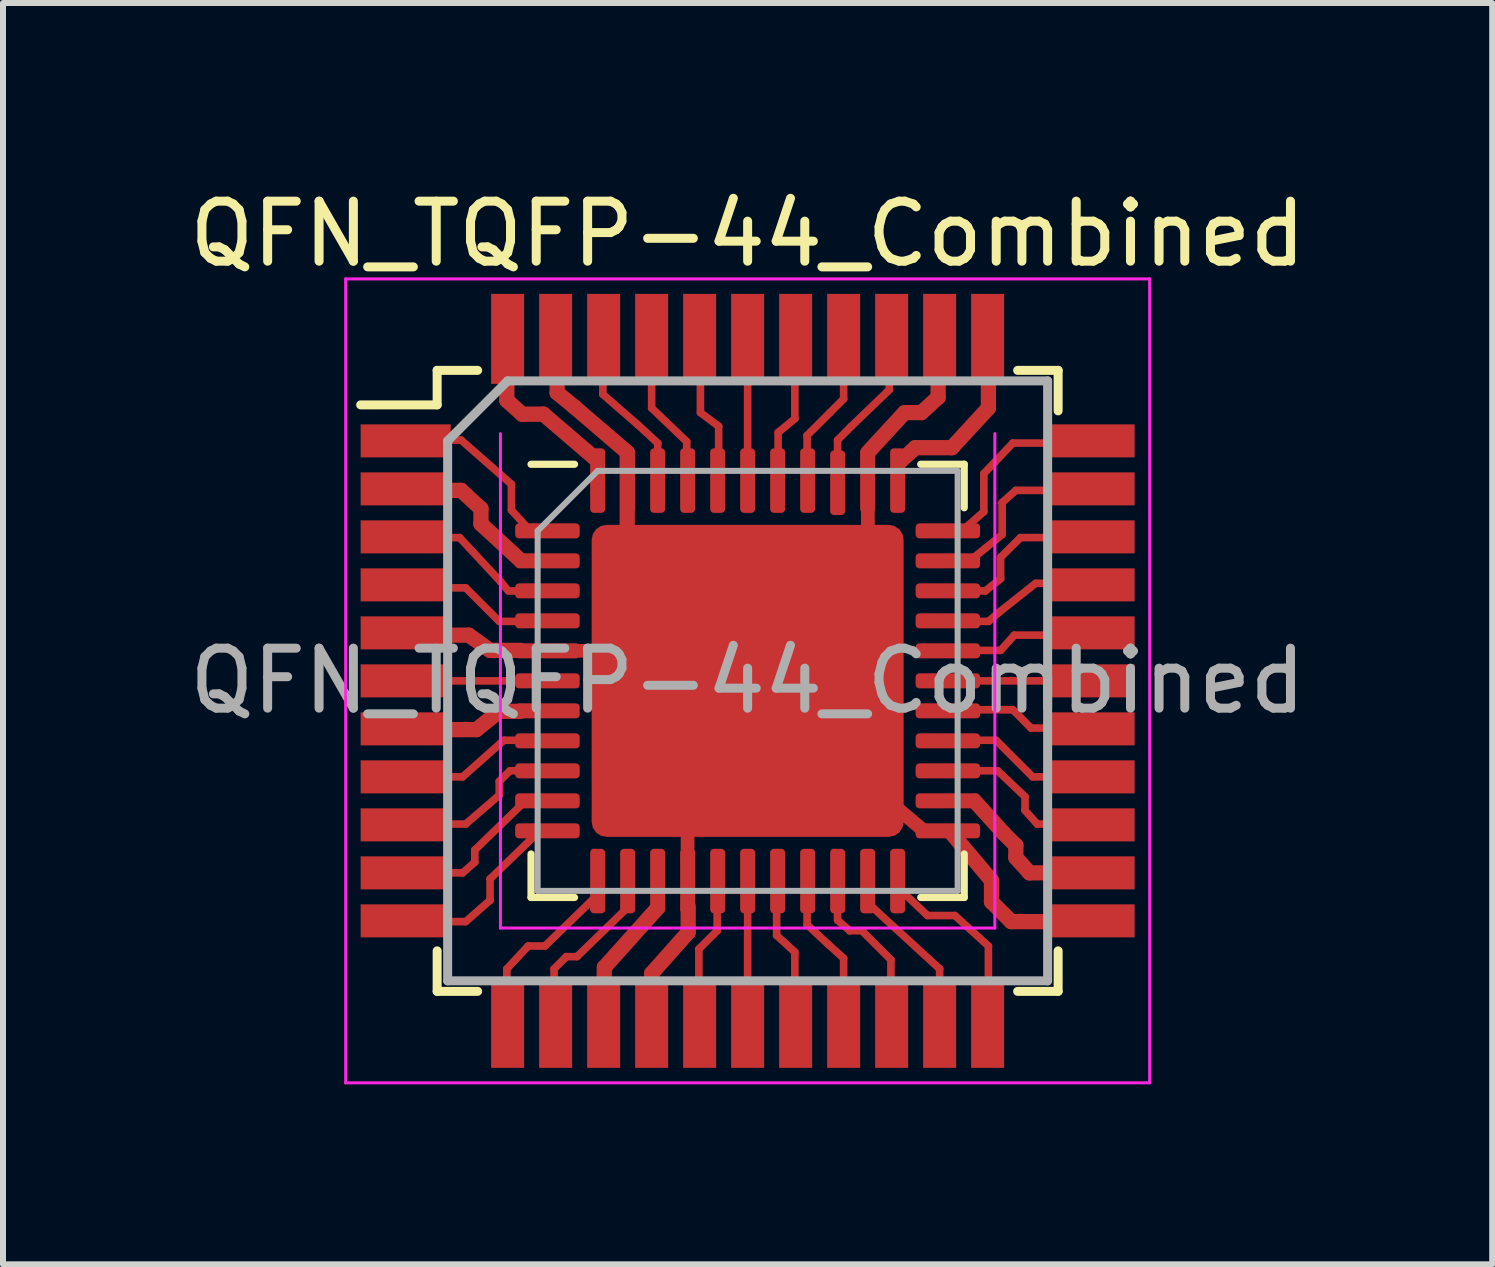
<source format=kicad_pcb>
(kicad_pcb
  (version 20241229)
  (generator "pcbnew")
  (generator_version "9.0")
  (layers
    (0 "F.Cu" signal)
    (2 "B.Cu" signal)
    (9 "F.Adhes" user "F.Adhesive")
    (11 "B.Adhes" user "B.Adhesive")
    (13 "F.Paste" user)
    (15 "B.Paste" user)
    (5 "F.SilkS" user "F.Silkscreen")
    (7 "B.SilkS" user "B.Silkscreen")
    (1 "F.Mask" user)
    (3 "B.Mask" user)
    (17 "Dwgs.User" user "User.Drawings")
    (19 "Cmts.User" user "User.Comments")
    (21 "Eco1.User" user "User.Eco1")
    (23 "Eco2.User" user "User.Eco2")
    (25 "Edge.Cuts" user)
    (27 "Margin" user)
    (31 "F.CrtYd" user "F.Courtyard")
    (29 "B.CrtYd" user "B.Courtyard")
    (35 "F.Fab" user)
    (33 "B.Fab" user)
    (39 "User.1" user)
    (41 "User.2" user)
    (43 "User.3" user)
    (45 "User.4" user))
  (footprint "QFN_TQFP-44_Combined"
    (layer "F.Cu")
    (at 9.411 8.501)
    (property "Reference" "QFN_TQFP-44_Combined" (at 0 -7.653 0) (layer "F.SilkS") (effects (font (size 1 1) (thickness 0.15))))
    (attr smd)
    (fp_line (start -5.74 3.81) (end -4.699 3.81) (stroke (width 0.127) (type solid)) (layer "F.Cu"))
    (fp_line (start -5.715 -0.965) (end -4.648 -0.965) (stroke (width 0.254) (type solid)) (layer "F.Cu"))
    (fp_line (start -5.69 -4.216) (end -4.775 -4.216) (stroke (width 0.127) (type solid)) (layer "F.Cu"))
    (fp_line (start -5.639 1.397) (end -4.75 1.397) (stroke (width 0.127) (type solid)) (layer "F.Cu"))
    (fp_line (start -5.639 2.997) (end -4.75 2.997) (stroke (width 0.127) (type solid)) (layer "F.Cu"))
    (fp_line (start -4.801 -2.591) (end -5.817 -2.591) (stroke (width 0.127) (type solid)) (layer "F.Cu"))
    (fp_line (start -4.801 -2.591) (end -4.115 -1.854) (stroke (width 0.127) (type solid)) (layer "F.Cu"))
    (fp_line (start -4.775 -3.378) (end -5.74 -3.378) (stroke (width 0.254) (type solid)) (layer "F.Cu"))
    (fp_line (start -4.775 -3.378) (end -4.445 -3.073) (stroke (width 0.254) (type solid)) (layer "F.Cu"))
    (fp_line (start -4.699 -1.753) (end -5.512 -1.753) (stroke (width 0.127) (type solid)) (layer "F.Cu"))
    (fp_line (start -4.699 -1.753) (end -4.14 -1.194) (stroke (width 0.127) (type solid)) (layer "F.Cu"))
    (fp_line (start -4.699 2.184) (end -5.69 2.184) (stroke (width 0.127) (type solid)) (layer "F.Cu"))
    (fp_line (start -4.699 2.184) (end -4.14 1.702) (stroke (width 0.127) (type solid)) (layer "F.Cu"))
    (fp_line (start -4.547 2.819) (end -4.75 2.997) (stroke (width 0.127) (type solid)) (layer "F.Cu"))
    (fp_line (start -4.547 2.819) (end -4.547 2.616) (stroke (width 0.127) (type solid)) (layer "F.Cu"))
    (fp_line (start -4.521 0.61) (end -5.664 0.61) (stroke (width 0.254) (type solid)) (layer "F.Cu"))
    (fp_line (start -4.521 0.61) (end -4.14 0.305) (stroke (width 0.254) (type solid)) (layer "F.Cu"))
    (fp_line (start -4.445 -2.819) (end -4.445 -3.073) (stroke (width 0.254) (type solid)) (layer "F.Cu"))
    (fp_line (start -4.445 -2.819) (end -3.785 -2.21) (stroke (width 0.254) (type solid)) (layer "F.Cu"))
    (fp_line (start -4.293 -0.711) (end -4.648 -0.965) (stroke (width 0.254) (type solid)) (layer "F.Cu"))
    (fp_line (start -4.293 -0.711) (end -3.785 -0.711) (stroke (width 0.254) (type solid)) (layer "F.Cu"))
    (fp_line (start -4.293 3.454) (end -4.699 3.81) (stroke (width 0.127) (type solid)) (layer "F.Cu"))
    (fp_line (start -4.293 3.454) (end -4.293 3.099) (stroke (width 0.127) (type solid)) (layer "F.Cu"))
    (fp_line (start -4.14 1.473) (end -4.14 1.702) (stroke (width 0.127) (type solid)) (layer "F.Cu"))
    (fp_line (start -4.14 1.473) (end -3.962 1.295) (stroke (width 0.127) (type solid)) (layer "F.Cu"))
    (fp_line (start -4.064 0.787) (end -4.75 1.397) (stroke (width 0.127) (type solid)) (layer "F.Cu"))
    (fp_line (start -4.064 0.787) (end -3.429 0.787) (stroke (width 0.127) (type solid)) (layer "F.Cu"))
    (fp_line (start -4.013 -4.877) (end -4.013 -5.664) (stroke (width 0.254) (type solid)) (layer "F.Cu"))
    (fp_line (start -4.013 -4.877) (end -3.759 -4.648) (stroke (width 0.254) (type solid)) (layer "F.Cu"))
    (fp_line (start -4.013 5.74) (end -4.013 4.597) (stroke (width 0.127) (type solid)) (layer "F.Cu"))
    (fp_line (start -3.988 -1.702) (end -4.115 -1.854) (stroke (width 0.127) (type solid)) (layer "F.Cu"))
    (fp_line (start -3.988 -1.702) (end -3.785 -1.702) (stroke (width 0.127) (type solid)) (layer "F.Cu"))
    (fp_line (start -3.937 -3.48) (end -4.775 -4.216) (stroke (width 0.127) (type solid)) (layer "F.Cu"))
    (fp_line (start -3.937 -3.48) (end -3.937 -3.048) (stroke (width 0.127) (type solid)) (layer "F.Cu"))
    (fp_line (start -3.937 -3.048) (end -3.658 -2.743) (stroke (width 0.127) (type solid)) (layer "F.Cu"))
    (fp_line (start -3.785 0.305) (end -4.14 0.305) (stroke (width 0.254) (type solid)) (layer "F.Cu"))
    (fp_line (start -3.683 1.778) (end -4.547 2.616) (stroke (width 0.127) (type solid)) (layer "F.Cu"))
    (fp_line (start -3.658 4.216) (end -4.013 4.597) (stroke (width 0.127) (type solid)) (layer "F.Cu"))
    (fp_line (start -3.658 4.216) (end -3.378 4.216) (stroke (width 0.127) (type solid)) (layer "F.Cu"))
    (fp_line (start -3.581 -0.203) (end -5.359 -0.203) (stroke (width 0.127) (type solid)) (layer "F.Cu"))
    (fp_line (start -3.429 2.261) (end -4.293 3.099) (stroke (width 0.127) (type solid)) (layer "F.Cu"))
    (fp_line (start -3.404 -4.648) (end -3.759 -4.648) (stroke (width 0.254) (type solid)) (layer "F.Cu"))
    (fp_line (start -3.404 -4.648) (end -2.515 -3.886) (stroke (width 0.254) (type solid)) (layer "F.Cu"))
    (fp_line (start -3.327 1.295) (end -3.962 1.295) (stroke (width 0.127) (type solid)) (layer "F.Cu"))
    (fp_line (start -3.226 -1.194) (end -4.14 -1.194) (stroke (width 0.127) (type solid)) (layer "F.Cu"))
    (fp_line (start -3.226 5.817) (end -3.226 4.597) (stroke (width 0.127) (type solid)) (layer "F.Cu"))
    (fp_line (start -3.175 -5.563) (end -3.175 -5.004) (stroke (width 0.254) (type solid)) (layer "F.Cu"))
    (fp_line (start -3.147 -0.704) (end -2.106 -0.704) (stroke (width 0.229) (type solid)) (layer "F.Cu"))
    (fp_line (start -3.023 4.394) (end -3.226 4.597) (stroke (width 0.127) (type solid)) (layer "F.Cu"))
    (fp_line (start -3.023 4.394) (end -2.845 4.394) (stroke (width 0.127) (type solid)) (layer "F.Cu"))
    (fp_line (start -2.896 -4.775) (end -3.175 -5.004) (stroke (width 0.254) (type solid)) (layer "F.Cu"))
    (fp_line (start -2.896 -4.775) (end -2.007 -4.013) (stroke (width 0.254) (type solid)) (layer "F.Cu"))
    (fp_line (start -2.515 3.378) (end -3.378 4.216) (stroke (width 0.127) (type solid)) (layer "F.Cu"))
    (fp_line (start -2.413 -5.969) (end -2.413 -4.978) (stroke (width 0.127) (type solid)) (layer "F.Cu"))
    (fp_line (start -2.413 -4.978) (end -1.829 -4.47) (stroke (width 0.127) (type solid)) (layer "F.Cu"))
    (fp_line (start -2.388 4.572) (end -2.413 5.537) (stroke (width 0.254) (type solid)) (layer "F.Cu"))
    (fp_line (start -2.388 4.572) (end -1.499 3.581) (stroke (width 0.254) (type solid)) (layer "F.Cu"))
    (fp_line (start -2.007 -4.013) (end -2.007 -2.413) (stroke (width 0.254) (type solid)) (layer "F.Cu"))
    (fp_line (start -2.007 -3.708) (end -2.007 -4.013) (stroke (width 0.127) (type solid)) (layer "F.Cu"))
    (fp_line (start -1.981 3.556) (end -2.845 4.394) (stroke (width 0.127) (type solid)) (layer "F.Cu"))
    (fp_line (start -1.6 -5.893) (end -1.6 -4.75) (stroke (width 0.127) (type solid)) (layer "F.Cu"))
    (fp_line (start -1.6 -4.75) (end -1.016 -4.191) (stroke (width 0.127) (type solid)) (layer "F.Cu"))
    (fp_line (start -1.6 4.674) (end -1.6 5.182) (stroke (width 0.254) (type solid)) (layer "F.Cu"))
    (fp_line (start -1.6 4.674) (end -0.991 3.988) (stroke (width 0.254) (type solid)) (layer "F.Cu"))
    (fp_line (start -1.499 -4.166) (end -1.829 -4.47) (stroke (width 0.127) (type solid)) (layer "F.Cu"))
    (fp_line (start -1.499 -4.166) (end -1.499 -3.81) (stroke (width 0.127) (type solid)) (layer "F.Cu"))
    (fp_line (start -1.016 -3.835) (end -1.016 -4.191) (stroke (width 0.127) (type solid)) (layer "F.Cu"))
    (fp_line (start -1.001 2.261) (end -1.001 2.743) (stroke (width 0.229) (type solid)) (layer "F.Cu"))
    (fp_line (start -0.991 3.556) (end -0.991 3.988) (stroke (width 0.254) (type solid)) (layer "F.Cu"))
    (fp_line (start -0.813 5.918) (end -0.813 4.267) (stroke (width 0.127) (type solid)) (layer "F.Cu"))
    (fp_line (start -0.787 -6.096) (end -0.787 -4.674) (stroke (width 0.127) (type solid)) (layer "F.Cu"))
    (fp_line (start -0.508 3.962) (end -0.813 4.267) (stroke (width 0.127) (type solid)) (layer "F.Cu"))
    (fp_line (start -0.508 3.962) (end -0.508 3.048) (stroke (width 0.127) (type solid)) (layer "F.Cu"))
    (fp_line (start -0.483 -4.445) (end -0.787 -4.674) (stroke (width 0.127) (type solid)) (layer "F.Cu"))
    (fp_line (start -0.483 -4.445) (end -0.483 -3.708) (stroke (width 0.127) (type solid)) (layer "F.Cu"))
    (fp_line (start 0 -6.071) (end 0 -3.683) (stroke (width 0.127) (type solid)) (layer "F.Cu"))
    (fp_line (start 0 5.512) (end 0 3.505) (stroke (width 0.127) (type solid)) (layer "F.Cu"))
    (fp_line (start 0.483 3.454) (end 0.483 4.039) (stroke (width 0.127) (type solid)) (layer "F.Cu"))
    (fp_line (start 0.508 -4.343) (end 0.508 -3.581) (stroke (width 0.127) (type solid)) (layer "F.Cu"))
    (fp_line (start 0.508 -4.343) (end 0.787 -4.572) (stroke (width 0.127) (type solid)) (layer "F.Cu"))
    (fp_line (start 0.787 -5.994) (end 0.787 -4.572) (stroke (width 0.127) (type solid)) (layer "F.Cu"))
    (fp_line (start 0.787 4.318) (end 0.483 4.039) (stroke (width 0.127) (type solid)) (layer "F.Cu"))
    (fp_line (start 0.787 4.318) (end 0.787 5.817) (stroke (width 0.127) (type solid)) (layer "F.Cu"))
    (fp_line (start 0.991 -4.293) (end 0.991 -3.556) (stroke (width 0.127) (type solid)) (layer "F.Cu"))
    (fp_line (start 0.991 -4.293) (end 1.372 -4.674) (stroke (width 0.127) (type solid)) (layer "F.Cu"))
    (fp_line (start 0.991 3.861) (end 0.991 3.505) (stroke (width 0.127) (type solid)) (layer "F.Cu"))
    (fp_line (start 0.991 3.861) (end 1.346 4.191) (stroke (width 0.127) (type solid)) (layer "F.Cu"))
    (fp_line (start 1.499 -3.404) (end 1.499 -4.216) (stroke (width 0.127) (type solid)) (layer "F.Cu"))
    (fp_line (start 1.499 3.429) (end 1.499 3.785) (stroke (width 0.127) (type solid)) (layer "F.Cu"))
    (fp_line (start 1.6 -4.902) (end 1.372 -4.674) (stroke (width 0.127) (type solid)) (layer "F.Cu"))
    (fp_line (start 1.6 -4.902) (end 1.6 -5.867) (stroke (width 0.127) (type solid)) (layer "F.Cu"))
    (fp_line (start 1.6 4.42) (end 1.346 4.191) (stroke (width 0.127) (type solid)) (layer "F.Cu"))
    (fp_line (start 1.6 4.42) (end 1.6 5.715) (stroke (width 0.127) (type solid)) (layer "F.Cu"))
    (fp_line (start 1.702 3.962) (end 1.499 3.785) (stroke (width 0.127) (type solid)) (layer "F.Cu"))
    (fp_line (start 1.702 3.962) (end 1.905 3.962) (stroke (width 0.127) (type solid)) (layer "F.Cu"))
    (fp_line (start 1.727 -4.445) (end 1.499 -4.216) (stroke (width 0.127) (type solid)) (layer "F.Cu"))
    (fp_line (start 1.727 -4.445) (end 2.362 -5.055) (stroke (width 0.127) (type solid)) (layer "F.Cu"))
    (fp_line (start 2.007 -2.474) (end 1.996 -4.008) (stroke (width 0.229) (type solid)) (layer "F.Cu"))
    (fp_line (start 2.362 -5.563) (end 2.362 -5.055) (stroke (width 0.127) (type solid)) (layer "F.Cu"))
    (fp_line (start 2.388 4.445) (end 1.905 3.962) (stroke (width 0.127) (type solid)) (layer "F.Cu"))
    (fp_line (start 2.388 4.445) (end 2.388 5.817) (stroke (width 0.127) (type solid)) (layer "F.Cu"))
    (fp_line (start 2.413 1.854) (end 2.896 2.261) (stroke (width 0.229) (type solid)) (layer "F.Cu"))
    (fp_line (start 2.616 -4.674) (end 2.007 -4.013) (stroke (width 0.254) (type solid)) (layer "F.Cu"))
    (fp_line (start 2.616 -4.674) (end 2.896 -4.674) (stroke (width 0.254) (type solid)) (layer "F.Cu"))
    (fp_line (start 2.794 -4.089) (end 2.515 -3.835) (stroke (width 0.254) (type solid)) (layer "F.Cu"))
    (fp_line (start 2.794 -4.089) (end 3.404 -4.089) (stroke (width 0.254) (type solid)) (layer "F.Cu"))
    (fp_line (start 2.997 3.708) (end 2.515 3.251) (stroke (width 0.127) (type solid)) (layer "F.Cu"))
    (fp_line (start 2.997 3.708) (end 3.454 3.708) (stroke (width 0.127) (type solid)) (layer "F.Cu"))
    (fp_line (start 3.175 -4.928) (end 2.896 -4.674) (stroke (width 0.254) (type solid)) (layer "F.Cu"))
    (fp_line (start 3.175 -4.928) (end 3.175 -5.486) (stroke (width 0.254) (type solid)) (layer "F.Cu"))
    (fp_line (start 3.2 4.597) (end 1.981 3.48) (stroke (width 0.127) (type solid)) (layer "F.Cu"))
    (fp_line (start 3.2 4.597) (end 3.2 5.537) (stroke (width 0.127) (type solid)) (layer "F.Cu"))
    (fp_line (start 3.531 -2.667) (end 3.937 -3.023) (stroke (width 0.127) (type solid)) (layer "F.Cu"))
    (fp_line (start 3.708 -2.21) (end 3.962 -2.413) (stroke (width 0.127) (type solid)) (layer "F.Cu"))
    (fp_line (start 3.937 -3.658) (end 3.937 -3.023) (stroke (width 0.127) (type solid)) (layer "F.Cu"))
    (fp_line (start 3.937 -3.658) (end 4.42 -4.166) (stroke (width 0.127) (type solid)) (layer "F.Cu"))
    (fp_line (start 3.962 -1.702) (end 3.429 -1.702) (stroke (width 0.127) (type solid)) (layer "F.Cu"))
    (fp_line (start 3.962 -1.702) (end 4.216 -1.905) (stroke (width 0.127) (type solid)) (layer "F.Cu"))
    (fp_line (start 4.013 -4.75) (end 3.404 -4.089) (stroke (width 0.254) (type solid)) (layer "F.Cu"))
    (fp_line (start 4.013 -4.75) (end 4.013 -5.766) (stroke (width 0.254) (type solid)) (layer "F.Cu"))
    (fp_line (start 4.013 -1.194) (end 3.302 -1.194) (stroke (width 0.127) (type solid)) (layer "F.Cu"))
    (fp_line (start 4.013 -1.194) (end 4.191 -1.346) (stroke (width 0.127) (type solid)) (layer "F.Cu"))
    (fp_line (start 4.013 4.216) (end 3.454 3.708) (stroke (width 0.127) (type solid)) (layer "F.Cu"))
    (fp_line (start 4.013 4.216) (end 4.013 5.537) (stroke (width 0.127) (type solid)) (layer "F.Cu"))
    (fp_line (start 4.064 3.124) (end 3.378 2.311) (stroke (width 0.254) (type solid)) (layer "F.Cu"))
    (fp_line (start 4.064 3.124) (end 4.064 3.48) (stroke (width 0.254) (type solid)) (layer "F.Cu"))
    (fp_line (start 4.14 0.787) (end 3.378 0.787) (stroke (width 0.127) (type solid)) (layer "F.Cu"))
    (fp_line (start 4.14 0.787) (end 4.75 1.397) (stroke (width 0.127) (type solid)) (layer "F.Cu"))
    (fp_line (start 4.166 1.295) (end 3.226 1.295) (stroke (width 0.127) (type solid)) (layer "F.Cu"))
    (fp_line (start 4.166 1.295) (end 4.623 1.727) (stroke (width 0.127) (type solid)) (layer "F.Cu"))
    (fp_line (start 4.216 -2.261) (end 4.216 -1.905) (stroke (width 0.127) (type solid)) (layer "F.Cu"))
    (fp_line (start 4.216 -2.261) (end 4.547 -2.591) (stroke (width 0.127) (type solid)) (layer "F.Cu"))
    (fp_line (start 4.216 -0.711) (end 3.404 -0.711) (stroke (width 0.127) (type solid)) (layer "F.Cu"))
    (fp_line (start 4.216 -0.711) (end 4.445 -0.965) (stroke (width 0.127) (type solid)) (layer "F.Cu"))
    (fp_line (start 4.242 -2.642) (end 3.962 -2.413) (stroke (width 0.127) (type solid)) (layer "F.Cu"))
    (fp_line (start 4.242 -2.642) (end 4.242 -3.175) (stroke (width 0.127) (type solid)) (layer "F.Cu"))
    (fp_line (start 4.267 2.337) (end 3.785 1.803) (stroke (width 0.254) (type solid)) (layer "F.Cu"))
    (fp_line (start 4.267 2.337) (end 4.47 2.54) (stroke (width 0.254) (type solid)) (layer "F.Cu"))
    (fp_line (start 4.394 3.81) (end 4.064 3.48) (stroke (width 0.254) (type solid)) (layer "F.Cu"))
    (fp_line (start 4.394 3.81) (end 5.766 3.81) (stroke (width 0.254) (type solid)) (layer "F.Cu"))
    (fp_line (start 4.42 0.279) (end 3.226 0.279) (stroke (width 0.127) (type solid)) (layer "F.Cu"))
    (fp_line (start 4.47 -3.378) (end 4.242 -3.175) (stroke (width 0.127) (type solid)) (layer "F.Cu"))
    (fp_line (start 4.47 -3.378) (end 5.867 -3.378) (stroke (width 0.127) (type solid)) (layer "F.Cu"))
    (fp_line (start 4.47 2.743) (end 4.47 2.54) (stroke (width 0.254) (type solid)) (layer "F.Cu"))
    (fp_line (start 4.47 2.743) (end 4.699 2.997) (stroke (width 0.254) (type solid)) (layer "F.Cu"))
    (fp_line (start 4.623 1.956) (end 4.623 1.727) (stroke (width 0.127) (type solid)) (layer "F.Cu"))
    (fp_line (start 4.623 1.956) (end 4.826 2.184) (stroke (width 0.127) (type solid)) (layer "F.Cu"))
    (fp_line (start 4.699 2.997) (end 5.639 2.997) (stroke (width 0.254) (type solid)) (layer "F.Cu"))
    (fp_line (start 4.724 0.584) (end 4.42 0.279) (stroke (width 0.127) (type solid)) (layer "F.Cu"))
    (fp_line (start 4.801 -1.829) (end 4.191 -1.346) (stroke (width 0.127) (type solid)) (layer "F.Cu"))
    (fp_line (start 4.801 -1.829) (end 5.867 -1.829) (stroke (width 0.127) (type solid)) (layer "F.Cu"))
    (fp_line (start 5.74 -0.965) (end 4.445 -0.965) (stroke (width 0.127) (type solid)) (layer "F.Cu"))
    (fp_line (start 5.791 1.397) (end 4.75 1.397) (stroke (width 0.127) (type solid)) (layer "F.Cu"))
    (fp_line (start 5.791 2.184) (end 4.826 2.184) (stroke (width 0.127) (type solid)) (layer "F.Cu"))
    (fp_line (start 5.817 -4.166) (end 4.42 -4.166) (stroke (width 0.127) (type solid)) (layer "F.Cu"))
    (fp_line (start 5.842 -2.591) (end 4.547 -2.591) (stroke (width 0.127) (type solid)) (layer "F.Cu"))
    (fp_line (start 5.867 -0.203) (end 3.429 -0.203) (stroke (width 0.127) (type solid)) (layer "F.Cu"))
    (fp_line (start 5.867 0.584) (end 4.724 0.584) (stroke (width 0.127) (type solid)) (layer "F.Cu"))
    (fp_line (start -5.175 -5.378) (end -5.175 -4.803) (stroke (width 0.15) (type solid)) (layer "F.SilkS"))
    (fp_line (start -5.175 -5.378) (end -4.5 -5.378) (stroke (width 0.15) (type solid)) (layer "F.SilkS"))
    (fp_line (start -5.175 -4.803) (end -6.45 -4.803) (stroke (width 0.15) (type solid)) (layer "F.SilkS"))
    (fp_line (start -5.175 4.972) (end -5.175 4.297) (stroke (width 0.15) (type solid)) (layer "F.SilkS"))
    (fp_line (start -5.175 4.972) (end -4.5 4.972) (stroke (width 0.15) (type solid)) (layer "F.SilkS"))
    (fp_line (start -3.61 3.407) (end -3.61 2.682) (stroke (width 0.12) (type solid)) (layer "F.SilkS"))
    (fp_line (start -2.885 -3.813) (end -3.61 -3.813) (stroke (width 0.12) (type solid)) (layer "F.SilkS"))
    (fp_line (start -2.885 3.407) (end -3.61 3.407) (stroke (width 0.12) (type solid)) (layer "F.SilkS"))
    (fp_line (start 2.885 -3.813) (end 3.61 -3.813) (stroke (width 0.12) (type solid)) (layer "F.SilkS"))
    (fp_line (start 2.885 3.407) (end 3.61 3.407) (stroke (width 0.12) (type solid)) (layer "F.SilkS"))
    (fp_line (start 3.61 -3.813) (end 3.61 -3.088) (stroke (width 0.12) (type solid)) (layer "F.SilkS"))
    (fp_line (start 3.61 3.407) (end 3.61 2.682) (stroke (width 0.12) (type solid)) (layer "F.SilkS"))
    (fp_line (start 5.175 -5.378) (end 4.5 -5.378) (stroke (width 0.15) (type solid)) (layer "F.SilkS"))
    (fp_line (start 5.175 -5.378) (end 5.175 -4.703) (stroke (width 0.15) (type solid)) (layer "F.SilkS"))
    (fp_line (start 5.175 4.972) (end 4.5 4.972) (stroke (width 0.15) (type solid)) (layer "F.SilkS"))
    (fp_line (start 5.175 4.972) (end 5.175 4.297) (stroke (width 0.15) (type solid)) (layer "F.SilkS"))
    (fp_line (start -6.7 -6.903) (end -6.7 6.497) (stroke (width 0.05) (type solid)) (layer "F.CrtYd"))
    (fp_line (start -6.7 -6.903) (end 6.7 -6.903) (stroke (width 0.05) (type solid)) (layer "F.CrtYd"))
    (fp_line (start -6.7 6.497) (end 6.7 6.497) (stroke (width 0.05) (type solid)) (layer "F.CrtYd"))
    (fp_line (start -4.12 -4.323) (end -4.12 3.917) (stroke (width 0.05) (type solid)) (layer "F.CrtYd"))
    (fp_line (start -4.12 3.917) (end 4.12 3.917) (stroke (width 0.05) (type solid)) (layer "F.CrtYd"))
    (fp_line (start 4.12 3.917) (end 4.12 -4.323) (stroke (width 0.05) (type solid)) (layer "F.CrtYd"))
    (fp_line (start 6.7 -6.903) (end 6.7 6.497) (stroke (width 0.05) (type solid)) (layer "F.CrtYd"))
    (fp_line (start -5 -4.203) (end -4 -5.203) (stroke (width 0.15) (type solid)) (layer "F.Fab"))
    (fp_line (start -5 4.797) (end -5 -4.203) (stroke (width 0.15) (type solid)) (layer "F.Fab"))
    (fp_line (start -4 -5.203) (end 5 -5.203) (stroke (width 0.15) (type solid)) (layer "F.Fab"))
    (fp_line (start -3.5 -2.703) (end -2.5 -3.703) (stroke (width 0.1) (type solid)) (layer "F.Fab"))
    (fp_line (start -3.5 3.297) (end -3.5 -2.703) (stroke (width 0.1) (type solid)) (layer "F.Fab"))
    (fp_line (start -2.5 -3.703) (end 3.5 -3.703) (stroke (width 0.1) (type solid)) (layer "F.Fab"))
    (fp_line (start 3.5 -3.703) (end 3.5 3.297) (stroke (width 0.1) (type solid)) (layer "F.Fab"))
    (fp_line (start 3.5 3.297) (end -3.5 3.297) (stroke (width 0.1) (type solid)) (layer "F.Fab"))
    (fp_line (start 5 -5.203) (end 5 4.797) (stroke (width 0.15) (type solid)) (layer "F.Fab"))
    (fp_line (start 5 4.797) (end -5 4.797) (stroke (width 0.15) (type solid)) (layer "F.Fab"))
    (fp_text user "${REFERENCE}" (at 0 -0.203 0) (layer "F.Fab") (effects (font (size 1 1) (thickness 0.15))))
    (pad "" smd roundrect (at -1.95 -2.153) (size 1.05 1.05) (layers "F.Paste") (roundrect_rratio 0.238))
    (pad "" smd roundrect (at -1.95 -0.853) (size 1.05 1.05) (layers "F.Paste") (roundrect_rratio 0.238))
    (pad "" smd roundrect (at -1.95 0.447) (size 1.05 1.05) (layers "F.Paste") (roundrect_rratio 0.238))
    (pad "" smd roundrect (at -1.95 1.747) (size 1.05 1.05) (layers "F.Paste") (roundrect_rratio 0.238))
    (pad "" smd roundrect (at -0.65 -2.153) (size 1.05 1.05) (layers "F.Paste") (roundrect_rratio 0.238))
    (pad "" smd roundrect (at -0.65 -0.853) (size 1.05 1.05) (layers "F.Paste") (roundrect_rratio 0.238))
    (pad "" smd roundrect (at -0.65 0.447) (size 1.05 1.05) (layers "F.Paste") (roundrect_rratio 0.238))
    (pad "" smd roundrect (at -0.65 1.747) (size 1.05 1.05) (layers "F.Paste") (roundrect_rratio 0.238))
    (pad "" smd roundrect (at 0.65 -2.153) (size 1.05 1.05) (layers "F.Paste") (roundrect_rratio 0.238))
    (pad "" smd roundrect (at 0.65 -0.853) (size 1.05 1.05) (layers "F.Paste") (roundrect_rratio 0.238))
    (pad "" smd roundrect (at 0.65 0.447) (size 1.05 1.05) (layers "F.Paste") (roundrect_rratio 0.238))
    (pad "" smd roundrect (at 0.65 1.747) (size 1.05 1.05) (layers "F.Paste") (roundrect_rratio 0.238))
    (pad "" smd roundrect (at 1.95 -2.153) (size 1.05 1.05) (layers "F.Paste") (roundrect_rratio 0.238))
    (pad "" smd roundrect (at 1.95 -0.853) (size 1.05 1.05) (layers "F.Paste") (roundrect_rratio 0.238))
    (pad "" smd roundrect (at 1.95 0.447) (size 1.05 1.05) (layers "F.Paste") (roundrect_rratio 0.238))
    (pad "" smd roundrect (at 1.95 1.747) (size 1.05 1.05) (layers "F.Paste") (roundrect_rratio 0.238))
    (pad "1" smd rect (at -5.7 -4.203) (size 1.5 0.55) (layers "F.Cu" "F.Mask" "F.Paste"))
    (pad "1" smd roundrect (at -3.337 -2.703) (size 1.075 0.25) (layers "F.Cu" "F.Mask" "F.Paste") (roundrect_rratio 0.25))
    (pad "2" smd rect (at -5.7 -3.403) (size 1.5 0.55) (layers "F.Cu" "F.Mask" "F.Paste"))
    (pad "2" smd roundrect (at -3.337 -2.203) (size 1.075 0.25) (layers "F.Cu" "F.Mask" "F.Paste") (roundrect_rratio 0.25))
    (pad "3" smd rect (at -5.7 -2.603) (size 1.5 0.55) (layers "F.Cu" "F.Mask" "F.Paste"))
    (pad "3" smd roundrect (at -3.337 -1.703) (size 1.075 0.25) (layers "F.Cu" "F.Mask" "F.Paste") (roundrect_rratio 0.25))
    (pad "4" smd rect (at -5.7 -1.803) (size 1.5 0.55) (layers "F.Cu" "F.Mask" "F.Paste"))
    (pad "4" smd roundrect (at -3.337 -1.203) (size 1.075 0.25) (layers "F.Cu" "F.Mask" "F.Paste") (roundrect_rratio 0.25))
    (pad "5" smd rect (at -5.7 -1.003) (size 1.5 0.55) (layers "F.Cu" "F.Mask" "F.Paste"))
    (pad "5" smd roundrect (at -3.337 -0.703) (size 1.075 0.25) (layers "F.Cu" "F.Mask" "F.Paste") (roundrect_rratio 0.25))
    (pad "6" smd rect (at -5.7 -0.203) (size 1.5 0.55) (layers "F.Cu" "F.Mask" "F.Paste"))
    (pad "6" smd roundrect (at -3.337 -0.203) (size 1.075 0.25) (layers "F.Cu" "F.Mask" "F.Paste") (roundrect_rratio 0.25))
    (pad "7" smd rect (at -5.7 0.597) (size 1.5 0.55) (layers "F.Cu" "F.Mask" "F.Paste"))
    (pad "7" smd roundrect (at -3.337 0.297) (size 1.075 0.25) (layers "F.Cu" "F.Mask" "F.Paste") (roundrect_rratio 0.25))
    (pad "8" smd rect (at -5.7 1.397) (size 1.5 0.55) (layers "F.Cu" "F.Mask" "F.Paste"))
    (pad "8" smd roundrect (at -3.337 0.797) (size 1.075 0.25) (layers "F.Cu" "F.Mask" "F.Paste") (roundrect_rratio 0.25))
    (pad "9" smd rect (at -5.7 2.197) (size 1.5 0.55) (layers "F.Cu" "F.Mask" "F.Paste"))
    (pad "9" smd roundrect (at -3.337 1.297) (size 1.075 0.25) (layers "F.Cu" "F.Mask" "F.Paste") (roundrect_rratio 0.25))
    (pad "10" smd rect (at -5.7 2.997) (size 1.5 0.55) (layers "F.Cu" "F.Mask" "F.Paste"))
    (pad "10" smd roundrect (at -3.337 1.797) (size 1.075 0.25) (layers "F.Cu" "F.Mask" "F.Paste") (roundrect_rratio 0.25))
    (pad "11" smd rect (at -5.7 3.797) (size 1.5 0.55) (layers "F.Cu" "F.Mask" "F.Paste"))
    (pad "11" smd roundrect (at -3.337 2.297) (size 1.075 0.25) (layers "F.Cu" "F.Mask" "F.Paste") (roundrect_rratio 0.25))
    (pad "12" smd rect (at -4 5.497 90) (size 1.5 0.55) (layers "F.Cu" "F.Mask" "F.Paste"))
    (pad "12" smd roundrect (at -2.5 3.134) (size 0.25 1.075) (layers "F.Cu" "F.Mask" "F.Paste") (roundrect_rratio 0.25))
    (pad "13" smd rect (at -3.2 5.497 90) (size 1.5 0.55) (layers "F.Cu" "F.Mask" "F.Paste"))
    (pad "13" smd roundrect (at -2 3.134) (size 0.25 1.075) (layers "F.Cu" "F.Mask" "F.Paste") (roundrect_rratio 0.25))
    (pad "14" smd rect (at -2.4 5.497 90) (size 1.5 0.55) (layers "F.Cu" "F.Mask" "F.Paste"))
    (pad "14" smd roundrect (at -1.5 3.134) (size 0.25 1.075) (layers "F.Cu" "F.Mask" "F.Paste") (roundrect_rratio 0.25))
    (pad "15" smd rect (at -1.6 5.497 90) (size 1.5 0.55) (layers "F.Cu" "F.Mask" "F.Paste"))
    (pad "15" smd roundrect (at -1 3.134) (size 0.25 1.075) (layers "F.Cu" "F.Mask" "F.Paste") (roundrect_rratio 0.25))
    (pad "16" smd rect (at -0.8 5.497 90) (size 1.5 0.55) (layers "F.Cu" "F.Mask" "F.Paste"))
    (pad "16" smd roundrect (at -0.5 3.134) (size 0.25 1.075) (layers "F.Cu" "F.Mask" "F.Paste") (roundrect_rratio 0.25))
    (pad "17" smd roundrect (at 0 3.134) (size 0.25 1.075) (layers "F.Cu" "F.Mask" "F.Paste") (roundrect_rratio 0.25))
    (pad "17" smd rect (at 0 5.497 90) (size 1.5 0.55) (layers "F.Cu" "F.Mask" "F.Paste"))
    (pad "18" smd roundrect (at 0.5 3.134) (size 0.25 1.075) (layers "F.Cu" "F.Mask" "F.Paste") (roundrect_rratio 0.25))
    (pad "18" smd rect (at 0.8 5.497 90) (size 1.5 0.55) (layers "F.Cu" "F.Mask" "F.Paste"))
    (pad "19" smd roundrect (at 1 3.134) (size 0.25 1.075) (layers "F.Cu" "F.Mask" "F.Paste") (roundrect_rratio 0.25))
    (pad "19" smd rect (at 1.6 5.497 90) (size 1.5 0.55) (layers "F.Cu" "F.Mask" "F.Paste"))
    (pad "20" smd roundrect (at 1.5 3.134) (size 0.25 1.075) (layers "F.Cu" "F.Mask" "F.Paste") (roundrect_rratio 0.25))
    (pad "20" smd rect (at 2.4 5.497 90) (size 1.5 0.55) (layers "F.Cu" "F.Mask" "F.Paste"))
    (pad "21" smd roundrect (at 2 3.134) (size 0.25 1.075) (layers "F.Cu" "F.Mask" "F.Paste") (roundrect_rratio 0.25))
    (pad "21" smd rect (at 3.2 5.497 90) (size 1.5 0.55) (layers "F.Cu" "F.Mask" "F.Paste"))
    (pad "22" smd roundrect (at 2.5 3.134) (size 0.25 1.075) (layers "F.Cu" "F.Mask" "F.Paste") (roundrect_rratio 0.25))
    (pad "22" smd rect (at 4 5.497 90) (size 1.5 0.55) (layers "F.Cu" "F.Mask" "F.Paste"))
    (pad "23" smd roundrect (at 3.337 2.297) (size 1.075 0.25) (layers "F.Cu" "F.Mask" "F.Paste") (roundrect_rratio 0.25))
    (pad "23" smd rect (at 5.7 3.797) (size 1.5 0.55) (layers "F.Cu" "F.Mask" "F.Paste"))
    (pad "24" smd roundrect (at 3.337 1.797) (size 1.075 0.25) (layers "F.Cu" "F.Mask" "F.Paste") (roundrect_rratio 0.25))
    (pad "24" smd rect (at 5.7 2.997) (size 1.5 0.55) (layers "F.Cu" "F.Mask" "F.Paste"))
    (pad "25" smd roundrect (at 3.337 1.297) (size 1.075 0.25) (layers "F.Cu" "F.Mask" "F.Paste") (roundrect_rratio 0.25))
    (pad "25" smd rect (at 5.7 2.197) (size 1.5 0.55) (layers "F.Cu" "F.Mask" "F.Paste"))
    (pad "26" smd roundrect (at 3.337 0.797) (size 1.075 0.25) (layers "F.Cu" "F.Mask" "F.Paste") (roundrect_rratio 0.25))
    (pad "26" smd rect (at 5.7 1.397) (size 1.5 0.55) (layers "F.Cu" "F.Mask" "F.Paste"))
    (pad "27" smd roundrect (at 3.337 0.297) (size 1.075 0.25) (layers "F.Cu" "F.Mask" "F.Paste") (roundrect_rratio 0.25))
    (pad "27" smd rect (at 5.7 0.597) (size 1.5 0.55) (layers "F.Cu" "F.Mask" "F.Paste"))
    (pad "28" smd roundrect (at 3.337 -0.203) (size 1.075 0.25) (layers "F.Cu" "F.Mask" "F.Paste") (roundrect_rratio 0.25))
    (pad "28" smd rect (at 5.7 -0.203) (size 1.5 0.55) (layers "F.Cu" "F.Mask" "F.Paste"))
    (pad "29" smd roundrect (at 3.337 -0.703) (size 1.075 0.25) (layers "F.Cu" "F.Mask" "F.Paste") (roundrect_rratio 0.25))
    (pad "29" smd rect (at 5.7 -1.003) (size 1.5 0.55) (layers "F.Cu" "F.Mask" "F.Paste"))
    (pad "30" smd roundrect (at 3.337 -1.203) (size 1.075 0.25) (layers "F.Cu" "F.Mask" "F.Paste") (roundrect_rratio 0.25))
    (pad "30" smd rect (at 5.7 -1.803) (size 1.5 0.55) (layers "F.Cu" "F.Mask" "F.Paste"))
    (pad "31" smd roundrect (at 3.337 -1.703) (size 1.075 0.25) (layers "F.Cu" "F.Mask" "F.Paste") (roundrect_rratio 0.25))
    (pad "31" smd rect (at 5.7 -2.603) (size 1.5 0.55) (layers "F.Cu" "F.Mask" "F.Paste"))
    (pad "32" smd roundrect (at 3.337 -2.203) (size 1.075 0.25) (layers "F.Cu" "F.Mask" "F.Paste") (roundrect_rratio 0.25))
    (pad "32" smd rect (at 5.7 -3.403) (size 1.5 0.55) (layers "F.Cu" "F.Mask" "F.Paste"))
    (pad "33" smd roundrect (at 3.337 -2.703) (size 1.075 0.25) (layers "F.Cu" "F.Mask" "F.Paste") (roundrect_rratio 0.25))
    (pad "33" smd rect (at 5.7 -4.203) (size 1.5 0.55) (layers "F.Cu" "F.Mask" "F.Paste"))
    (pad "34" smd roundrect (at 2.5 -3.541) (size 0.25 1.075) (layers "F.Cu" "F.Mask" "F.Paste") (roundrect_rratio 0.25))
    (pad "34" smd rect (at 4 -5.903 90) (size 1.5 0.55) (layers "F.Cu" "F.Mask" "F.Paste"))
    (pad "35" smd roundrect (at 2 -3.541) (size 0.25 1.075) (layers "F.Cu" "F.Mask" "F.Paste") (roundrect_rratio 0.25))
    (pad "35" smd rect (at 3.2 -5.903 90) (size 1.5 0.55) (layers "F.Cu" "F.Mask" "F.Paste"))
    (pad "36" smd roundrect (at 1.5 -3.505) (size 0.25 1.075) (layers "F.Cu" "F.Mask" "F.Paste") (roundrect_rratio 0.25))
    (pad "36" smd rect (at 2.4 -5.903 90) (size 1.5 0.55) (layers "F.Cu" "F.Mask" "F.Paste"))
    (pad "37" smd roundrect (at 1 -3.541) (size 0.25 1.075) (layers "F.Cu" "F.Mask" "F.Paste") (roundrect_rratio 0.25))
    (pad "37" smd rect (at 1.6 -5.903 90) (size 1.5 0.55) (layers "F.Cu" "F.Mask" "F.Paste"))
    (pad "38" smd roundrect (at 0.5 -3.541) (size 0.25 1.075) (layers "F.Cu" "F.Mask" "F.Paste") (roundrect_rratio 0.25))
    (pad "38" smd rect (at 0.8 -5.903 90) (size 1.5 0.55) (layers "F.Cu" "F.Mask" "F.Paste"))
    (pad "39" smd rect (at 0 -5.903 90) (size 1.5 0.55) (layers "F.Cu" "F.Mask" "F.Paste"))
    (pad "39" smd roundrect (at 0 -3.541) (size 0.25 1.075) (layers "F.Cu" "F.Mask" "F.Paste") (roundrect_rratio 0.25))
    (pad "40" smd rect (at -0.8 -5.903 90) (size 1.5 0.55) (layers "F.Cu" "F.Mask" "F.Paste"))
    (pad "40" smd roundrect (at -0.5 -3.541) (size 0.25 1.075) (layers "F.Cu" "F.Mask" "F.Paste") (roundrect_rratio 0.25))
    (pad "41" smd rect (at -1.6 -5.903 90) (size 1.5 0.55) (layers "F.Cu" "F.Mask" "F.Paste"))
    (pad "41" smd roundrect (at -1 -3.541) (size 0.25 1.075) (layers "F.Cu" "F.Mask" "F.Paste") (roundrect_rratio 0.25))
    (pad "42" smd rect (at -2.4 -5.903 90) (size 1.5 0.55) (layers "F.Cu" "F.Mask" "F.Paste"))
    (pad "42" smd roundrect (at -1.5 -3.541) (size 0.25 1.075) (layers "F.Cu" "F.Mask" "F.Paste") (roundrect_rratio 0.25))
    (pad "43" smd rect (at -3.2 -5.903 90) (size 1.5 0.55) (layers "F.Cu" "F.Mask" "F.Paste"))
    (pad "43" smd roundrect (at -2 -3.541) (size 0.25 1.075) (layers "F.Cu" "F.Mask" "F.Paste") (roundrect_rratio 0.25))
    (pad "44" smd rect (at -4 -5.903 90) (size 1.5 0.55) (layers "F.Cu" "F.Mask" "F.Paste"))
    (pad "44" smd roundrect (at -2.5 -3.541) (size 0.25 1.075) (layers "F.Cu" "F.Mask" "F.Paste") (roundrect_rratio 0.25))
    (pad "45" smd roundrect (at 0 -0.203) (size 5.2 5.2) (layers "F.Cu" "F.Mask") (roundrect_rratio 0.048)))
  (gr_rect
    (start -3 -3)
    (end 21.821 18.023)
    (stroke (width 0.1) (type default))
    (fill no)
    (layer "Edge.Cuts")))
</source>
